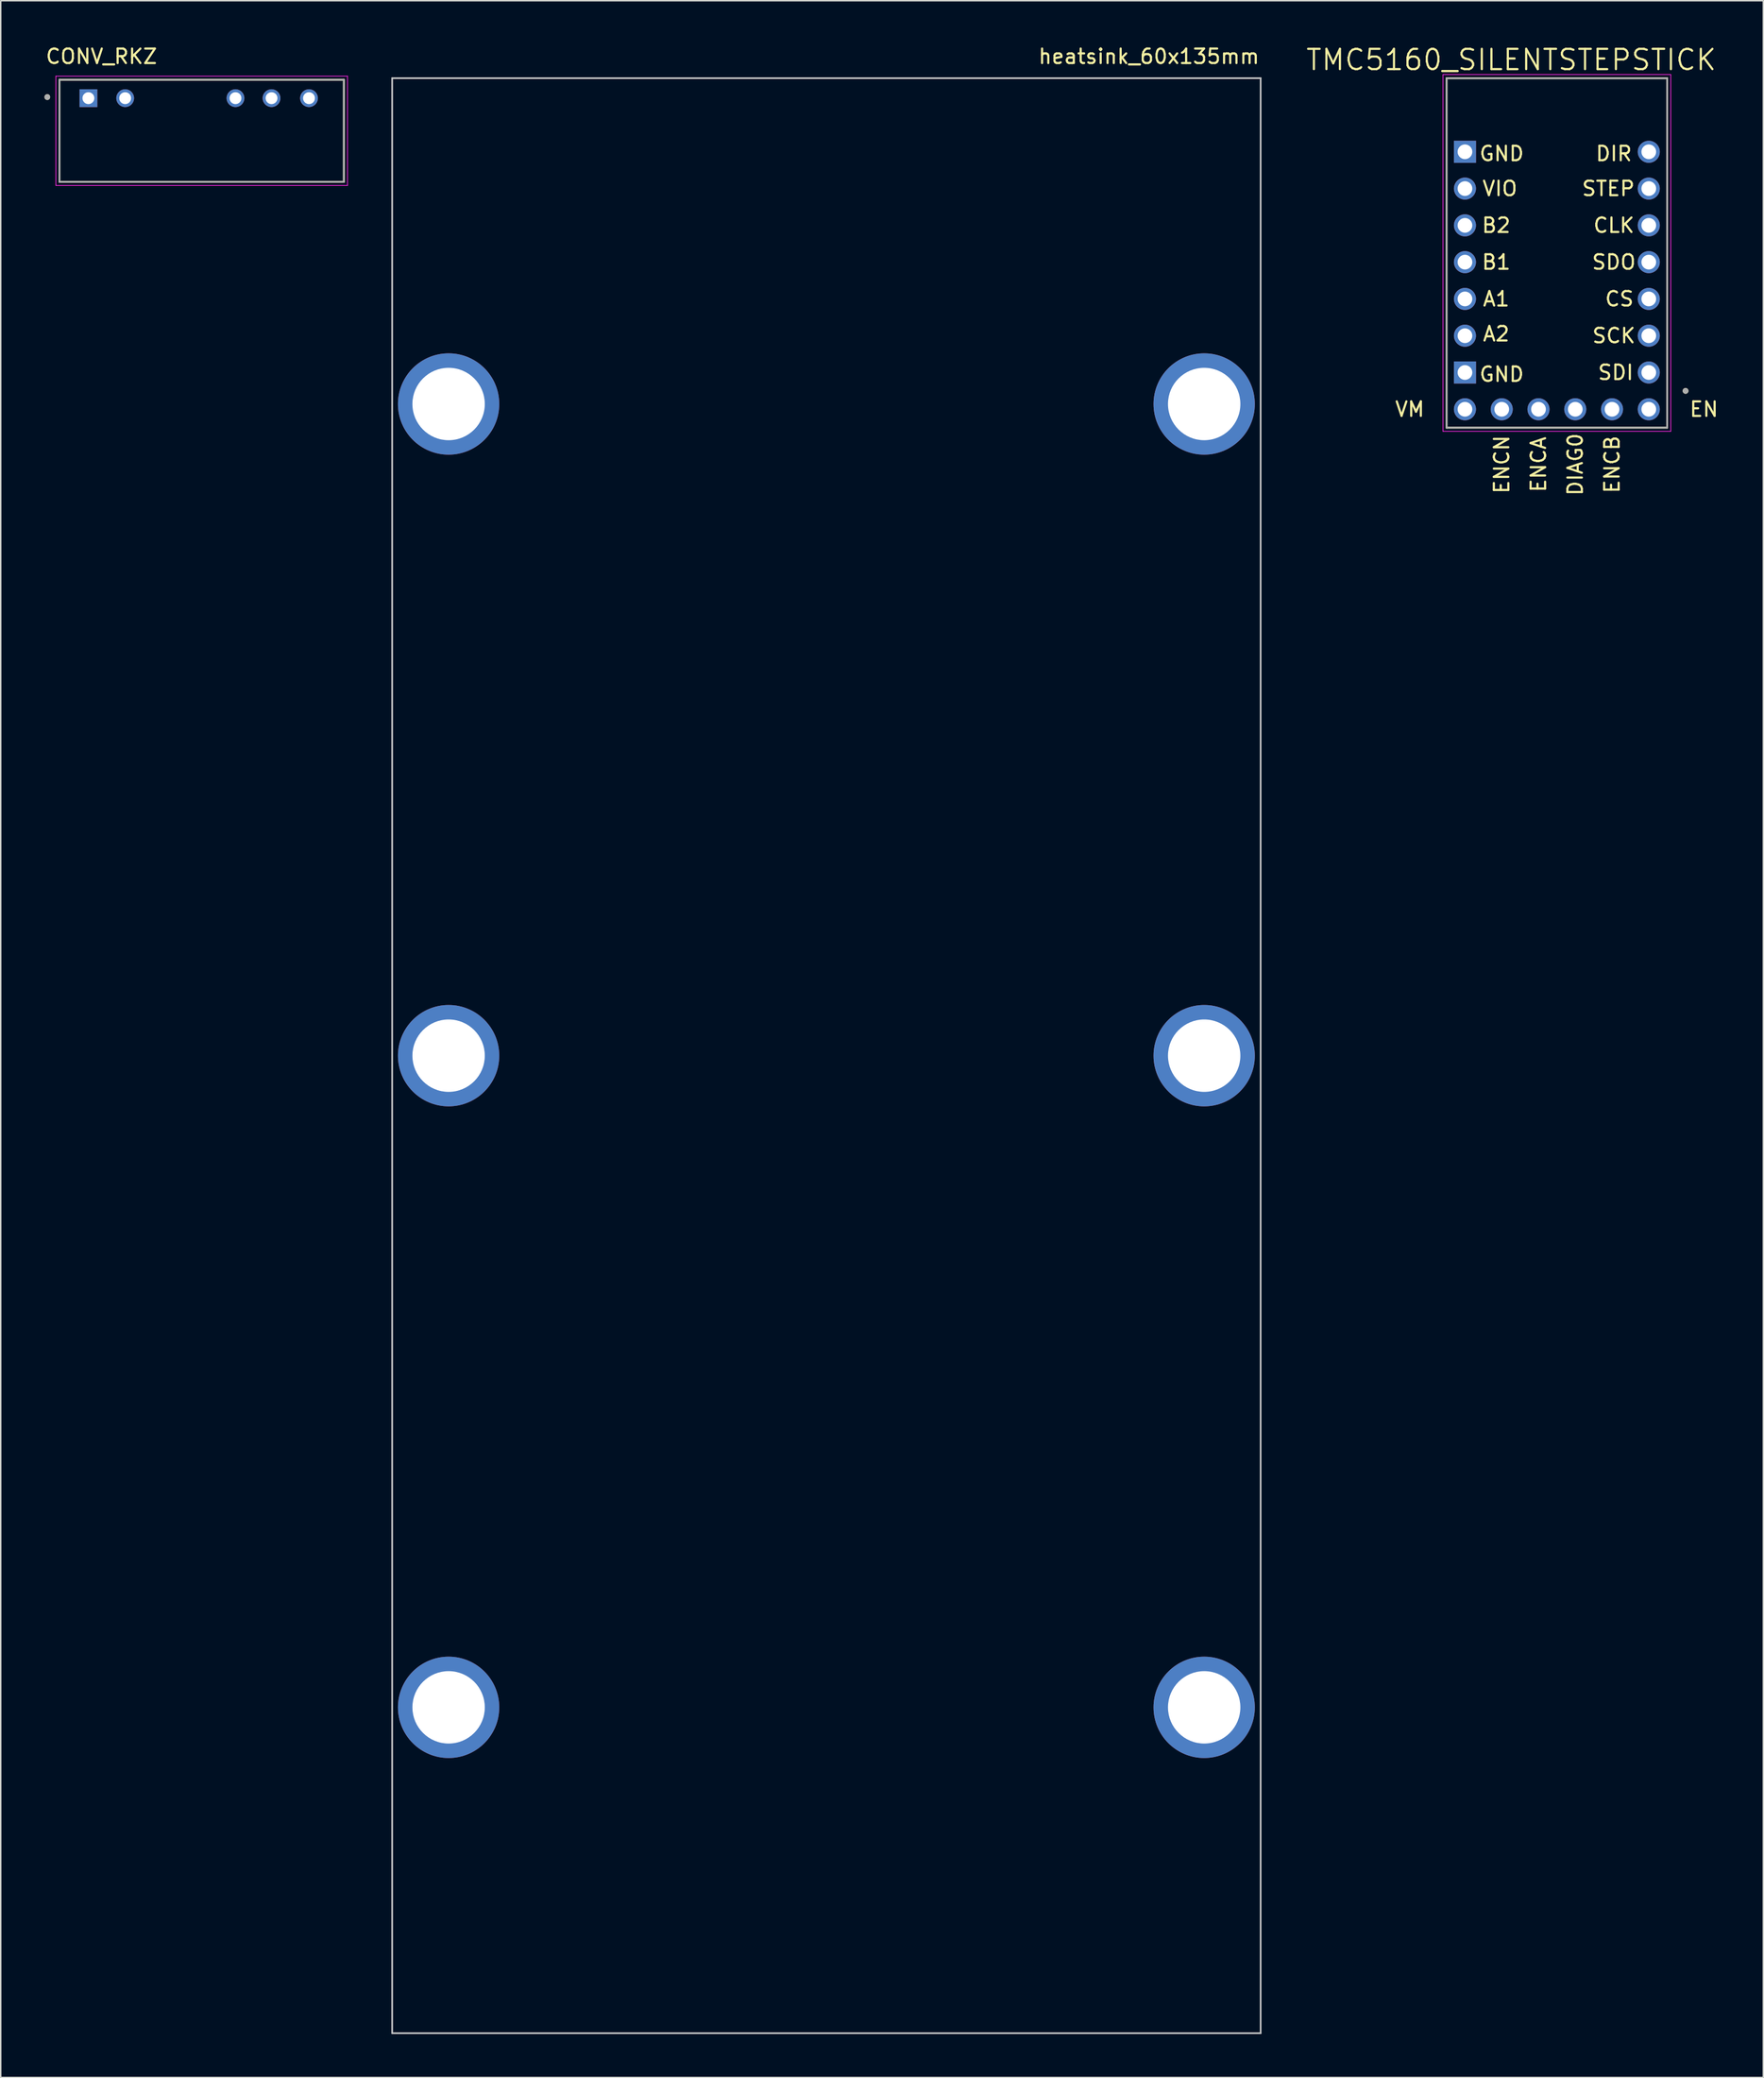
<source format=kicad_pcb>
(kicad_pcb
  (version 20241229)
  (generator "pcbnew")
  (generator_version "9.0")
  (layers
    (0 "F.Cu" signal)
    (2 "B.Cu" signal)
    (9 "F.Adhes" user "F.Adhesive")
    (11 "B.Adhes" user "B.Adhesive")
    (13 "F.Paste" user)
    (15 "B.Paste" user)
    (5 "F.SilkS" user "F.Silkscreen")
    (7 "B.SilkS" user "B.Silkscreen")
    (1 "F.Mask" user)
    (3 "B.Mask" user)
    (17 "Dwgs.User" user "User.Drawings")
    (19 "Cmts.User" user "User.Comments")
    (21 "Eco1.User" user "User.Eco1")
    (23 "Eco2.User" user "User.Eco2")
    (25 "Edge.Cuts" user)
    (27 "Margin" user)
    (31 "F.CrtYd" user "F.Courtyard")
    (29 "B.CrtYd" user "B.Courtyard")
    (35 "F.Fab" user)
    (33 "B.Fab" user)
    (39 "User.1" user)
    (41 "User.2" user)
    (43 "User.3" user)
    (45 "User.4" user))
  (footprint "TMC5160_SILENTSTEPSTICK"
    (layer "F.Cu")
    (at 104.51 16.322)
    (property "Reference" "TMC5160_SILENTSTEPSTICK" (at -3.155 -15.24 0) (layer "F.SilkS") (effects (font (size 1.4 1.4) (thickness 0.15))))
    (attr through_hole)
    (fp_line (start -7.62 -13.97) (end -7.62 10.16) (stroke (width 0.127) (type solid)) (layer "F.SilkS"))
    (fp_line (start -7.62 10.16) (end 7.62 10.16) (stroke (width 0.127) (type solid)) (layer "F.SilkS"))
    (fp_line (start 7.62 -13.97) (end -7.62 -13.97) (stroke (width 0.127) (type solid)) (layer "F.SilkS"))
    (fp_line (start 7.62 10.16) (end 7.62 -13.97) (stroke (width 0.127) (type solid)) (layer "F.SilkS"))
    (fp_circle (center 8.89 7.62) (end 8.99 7.62) (stroke (width 0.2) (type solid)) (fill no) (layer "F.SilkS"))
    (fp_line (start -7.87 -14.224) (end -7.87 10.41) (stroke (width 0.05) (type solid)) (layer "F.CrtYd"))
    (fp_line (start -7.87 -14.224) (end 7.87 -14.224) (stroke (width 0.05) (type solid)) (layer "F.CrtYd"))
    (fp_line (start -7.87 10.41) (end 7.87 10.41) (stroke (width 0.05) (type solid)) (layer "F.CrtYd"))
    (fp_line (start 7.87 -14.224) (end 7.87 10.41) (stroke (width 0.05) (type solid)) (layer "F.CrtYd"))
    (fp_line (start -7.62 -13.97) (end -7.62 10.16) (stroke (width 0.127) (type solid)) (layer "F.Fab"))
    (fp_line (start -7.62 10.16) (end 7.62 10.16) (stroke (width 0.127) (type solid)) (layer "F.Fab"))
    (fp_line (start 7.62 -13.97) (end -7.62 -13.97) (stroke (width 0.127) (type solid)) (layer "F.Fab"))
    (fp_line (start 7.62 10.16) (end 7.62 -13.97) (stroke (width 0.127) (type solid)) (layer "F.Fab"))
    (fp_circle (center 8.89 7.62) (end 8.99 7.62) (stroke (width 0.2) (type solid)) (fill no) (layer "F.Fab"))
    (fp_text user "VIO" (at -3.937 -6.35 0) (layer "F.SilkS") (effects (font (size 1 1) (thickness 0.15))))
    (fp_text user "SDO" (at 3.937 -1.27 0) (layer "F.SilkS") (effects (font (size 1 1) (thickness 0.15))))
    (fp_text user "ENCA" (at -1.27 12.7 90) (unlocked yes) (layer "F.SilkS") (effects (font (size 1 1) (thickness 0.15))))
    (fp_text user "VM" (at -10.16 8.89 0) (layer "F.SilkS") (effects (font (size 1 1) (thickness 0.15))))
    (fp_text user "DIAG0" (at 1.27 12.7 90) (unlocked yes) (layer "F.SilkS") (effects (font (size 1 1) (thickness 0.15))))
    (fp_text user "A2" (at -4.191 3.683 0) (layer "F.SilkS") (effects (font (size 1 1) (thickness 0.15))))
    (fp_text user "B2" (at -4.191 -3.81 0) (layer "F.SilkS") (effects (font (size 1 1) (thickness 0.15))))
    (fp_text user "ENCB" (at 3.81 12.7 90) (unlocked yes) (layer "F.SilkS") (effects (font (size 1 1) (thickness 0.15))))
    (fp_text user "STEP" (at 3.556 -6.35 0) (layer "F.SilkS") (effects (font (size 1 1) (thickness 0.15))))
    (fp_text user "A1" (at -4.191 1.27 0) (layer "F.SilkS") (effects (font (size 1 1) (thickness 0.15))))
    (fp_text user "SCK" (at 3.937 3.81 0) (layer "F.SilkS") (effects (font (size 1 1) (thickness 0.15))))
    (fp_text user "EN" (at 10.16 8.89 0) (layer "F.SilkS") (effects (font (size 1 1) (thickness 0.15))))
    (fp_text user "DIR" (at 3.937 -8.763 0) (layer "F.SilkS") (effects (font (size 1 1) (thickness 0.15))))
    (fp_text user "SDI" (at 4.064 6.35 0) (layer "F.SilkS") (effects (font (size 1 1) (thickness 0.15))))
    (fp_text user "GND" (at -3.81 -8.763 0) (layer "F.SilkS") (effects (font (size 1 1) (thickness 0.15))))
    (fp_text user "B1" (at -4.191 -1.27 0) (layer "F.SilkS") (effects (font (size 1 1) (thickness 0.15))))
    (fp_text user "CLK" (at 3.937 -3.81 0) (layer "F.SilkS") (effects (font (size 1 1) (thickness 0.15))))
    (fp_text user "GND" (at -3.81 6.477 0) (layer "F.SilkS") (effects (font (size 1 1) (thickness 0.15))))
    (fp_text user "ENCN" (at -3.81 12.7 90) (unlocked yes) (layer "F.SilkS") (effects (font (size 1 1) (thickness 0.15))))
    (fp_text user "CS" (at 4.318 1.27 0) (layer "F.SilkS") (effects (font (size 1 1) (thickness 0.15))))
    (pad "JP1_1" thru_hole circle (at 6.35 -8.89) (size 1.524 1.524) (drill 1.016) (layers "*.Cu" "*.Mask"))
    (pad "JP1_2" thru_hole circle (at 6.35 -6.35) (size 1.524 1.524) (drill 1.016) (layers "*.Cu" "*.Mask"))
    (pad "JP1_3" thru_hole circle (at 6.35 -3.81) (size 1.524 1.524) (drill 1.016) (layers "*.Cu" "*.Mask"))
    (pad "JP1_4" thru_hole circle (at 6.35 -1.27) (size 1.524 1.524) (drill 1.016) (layers "*.Cu" "*.Mask"))
    (pad "JP1_5" thru_hole circle (at 6.35 1.27) (size 1.524 1.524) (drill 1.016) (layers "*.Cu" "*.Mask"))
    (pad "JP1_6" thru_hole circle (at 6.35 3.81) (size 1.524 1.524) (drill 1.016) (layers "*.Cu" "*.Mask"))
    (pad "JP1_7" thru_hole circle (at 6.35 6.35) (size 1.524 1.524) (drill 1.016) (layers "*.Cu" "*.Mask"))
    (pad "JP1_8" thru_hole circle (at 6.35 8.89) (size 1.524 1.524) (drill 1.016) (layers "*.Cu" "*.Mask"))
    (pad "JP2_1" thru_hole circle (at -6.35 8.89) (size 1.524 1.524) (drill 1.016) (layers "*.Cu" "*.Mask"))
    (pad "JP2_2" thru_hole rect (at -6.35 6.35) (size 1.524 1.524) (drill 1.016) (layers "*.Cu" "*.Mask"))
    (pad "JP2_3" thru_hole circle (at -6.35 3.81) (size 1.524 1.524) (drill 1.016) (layers "*.Cu" "*.Mask"))
    (pad "JP2_4" thru_hole circle (at -6.35 1.27) (size 1.524 1.524) (drill 1.016) (layers "*.Cu" "*.Mask"))
    (pad "JP2_5" thru_hole circle (at -6.35 -1.27) (size 1.524 1.524) (drill 1.016) (layers "*.Cu" "*.Mask"))
    (pad "JP2_6" thru_hole circle (at -6.35 -3.81) (size 1.524 1.524) (drill 1.016) (layers "*.Cu" "*.Mask"))
    (pad "JP2_7" thru_hole circle (at -6.35 -6.35) (size 1.524 1.524) (drill 1.016) (layers "*.Cu" "*.Mask"))
    (pad "JP2_8" thru_hole rect (at -6.35 -8.89) (size 1.524 1.524) (drill 1.016) (layers "*.Cu" "*.Mask"))
    (pad "JP3_1" thru_hole circle (at 3.81 8.89) (size 1.524 1.524) (drill 1.016) (layers "*.Cu" "*.Mask"))
    (pad "JP3_2" thru_hole circle (at 1.27 8.89) (size 1.524 1.524) (drill 1.016) (layers "*.Cu" "*.Mask"))
    (pad "JP3_3" thru_hole circle (at -1.27 8.89) (size 1.524 1.524) (drill 1.016) (layers "*.Cu" "*.Mask"))
    (pad "JP3_4" thru_hole circle (at -3.81 8.89) (size 1.524 1.524) (drill 1.016) (layers "*.Cu" "*.Mask")))
  (footprint "heatsink_60x135mm"
    (layer "F.Cu")
    (at 54.043 69.848)
    (property "Reference" "heatsink_60x135mm" (at 30 -69 0) (layer "F.SilkS") (effects (font (size 1 1) (thickness 0.15)) (justify right)))
    (attr through_hole)
    (fp_line (start -30 -67.5) (end -30 67.5) (stroke (width 0.12) (type solid)) (layer "Dwgs.User"))
    (fp_line (start -30 67.5) (end 30 67.5) (stroke (width 0.12) (type solid)) (layer "Dwgs.User"))
    (fp_line (start 30 -67.5) (end -30 -67.5) (stroke (width 0.12) (type solid)) (layer "Dwgs.User"))
    (fp_line (start 30 67.5) (end 30 -67.5) (stroke (width 0.12) (type solid)) (layer "Dwgs.User"))
    (pad "1" thru_hole circle (at -26.1 -45) (size 7 7) (drill 5) (layers "*.Cu" "*.Mask"))
    (pad "2" thru_hole circle (at -26.1 0) (size 7 7) (drill 5) (layers "*.Cu" "*.Mask"))
    (pad "3" thru_hole circle (at -26.1 45) (size 7 7) (drill 5) (layers "*.Cu" "*.Mask"))
    (pad "4" thru_hole circle (at 26.1 45) (size 7 7) (drill 5) (layers "*.Cu" "*.Mask"))
    (pad "5" thru_hole circle (at 26.1 0) (size 7 7) (drill 5) (layers "*.Cu" "*.Mask"))
    (pad "6" thru_hole circle (at 26.1 -45) (size 7 7) (drill 5) (layers "*.Cu" "*.Mask")))
  (footprint "CONV_RKZ"
    (layer "F.Cu")
    (at 10.883 5.983)
    (property "Reference" "CONV_RKZ" (at -6.925 -5.135 0) (layer "F.SilkS") (effects (font (size 1 1) (thickness 0.15))))
    (attr through_hole)
    (fp_line (start -9.825 -3.525) (end 9.825 -3.525) (stroke (width 0.127) (type solid)) (layer "F.SilkS"))
    (fp_line (start -9.825 3.525) (end -9.825 -3.525) (stroke (width 0.127) (type solid)) (layer "F.SilkS"))
    (fp_line (start 9.825 -3.525) (end 9.825 3.525) (stroke (width 0.127) (type solid)) (layer "F.SilkS"))
    (fp_line (start 9.825 3.525) (end -9.825 3.525) (stroke (width 0.127) (type solid)) (layer "F.SilkS"))
    (fp_circle (center -10.665 -2.33) (end -10.565 -2.33) (stroke (width 0.2) (type solid)) (fill no) (layer "F.SilkS"))
    (fp_line (start -10.075 -3.775) (end 10.075 -3.775) (stroke (width 0.05) (type solid)) (layer "F.CrtYd"))
    (fp_line (start -10.075 3.775) (end -10.075 -3.775) (stroke (width 0.05) (type solid)) (layer "F.CrtYd"))
    (fp_line (start 10.075 -3.775) (end 10.075 3.775) (stroke (width 0.05) (type solid)) (layer "F.CrtYd"))
    (fp_line (start 10.075 3.775) (end -10.075 3.775) (stroke (width 0.05) (type solid)) (layer "F.CrtYd"))
    (fp_line (start -9.825 -3.525) (end 9.825 -3.525) (stroke (width 0.127) (type solid)) (layer "F.Fab"))
    (fp_line (start -9.825 3.525) (end -9.825 -3.525) (stroke (width 0.127) (type solid)) (layer "F.Fab"))
    (fp_line (start 9.825 -3.525) (end 9.825 3.525) (stroke (width 0.127) (type solid)) (layer "F.Fab"))
    (fp_line (start 9.825 3.525) (end -9.825 3.525) (stroke (width 0.127) (type solid)) (layer "F.Fab"))
    (fp_circle (center -10.665 -2.33) (end -10.565 -2.33) (stroke (width 0.2) (type solid)) (fill no) (layer "F.Fab"))
    (pad "1" thru_hole rect (at -7.825 -2.255) (size 1.23 1.23) (drill 0.82) (layers "*.Cu" "*.Mask"))
    (pad "2" thru_hole circle (at -5.285 -2.255) (size 1.23 1.23) (drill 0.82) (layers "*.Cu" "*.Mask"))
    (pad "5" thru_hole circle (at 2.335 -2.255) (size 1.23 1.23) (drill 0.82) (layers "*.Cu" "*.Mask"))
    (pad "6" thru_hole circle (at 4.826 -2.255) (size 1.23 1.23) (drill 0.82) (layers "*.Cu" "*.Mask"))
    (pad "7" thru_hole circle (at 7.415 -2.255) (size 1.23 1.23) (drill 0.82) (layers "*.Cu" "*.Mask")))
  (gr_rect
    (start -3 -3)
    (end 118.771 140.408)
    (stroke (width 0.1) (type default))
    (fill no)
    (layer "Edge.Cuts")))
</source>
